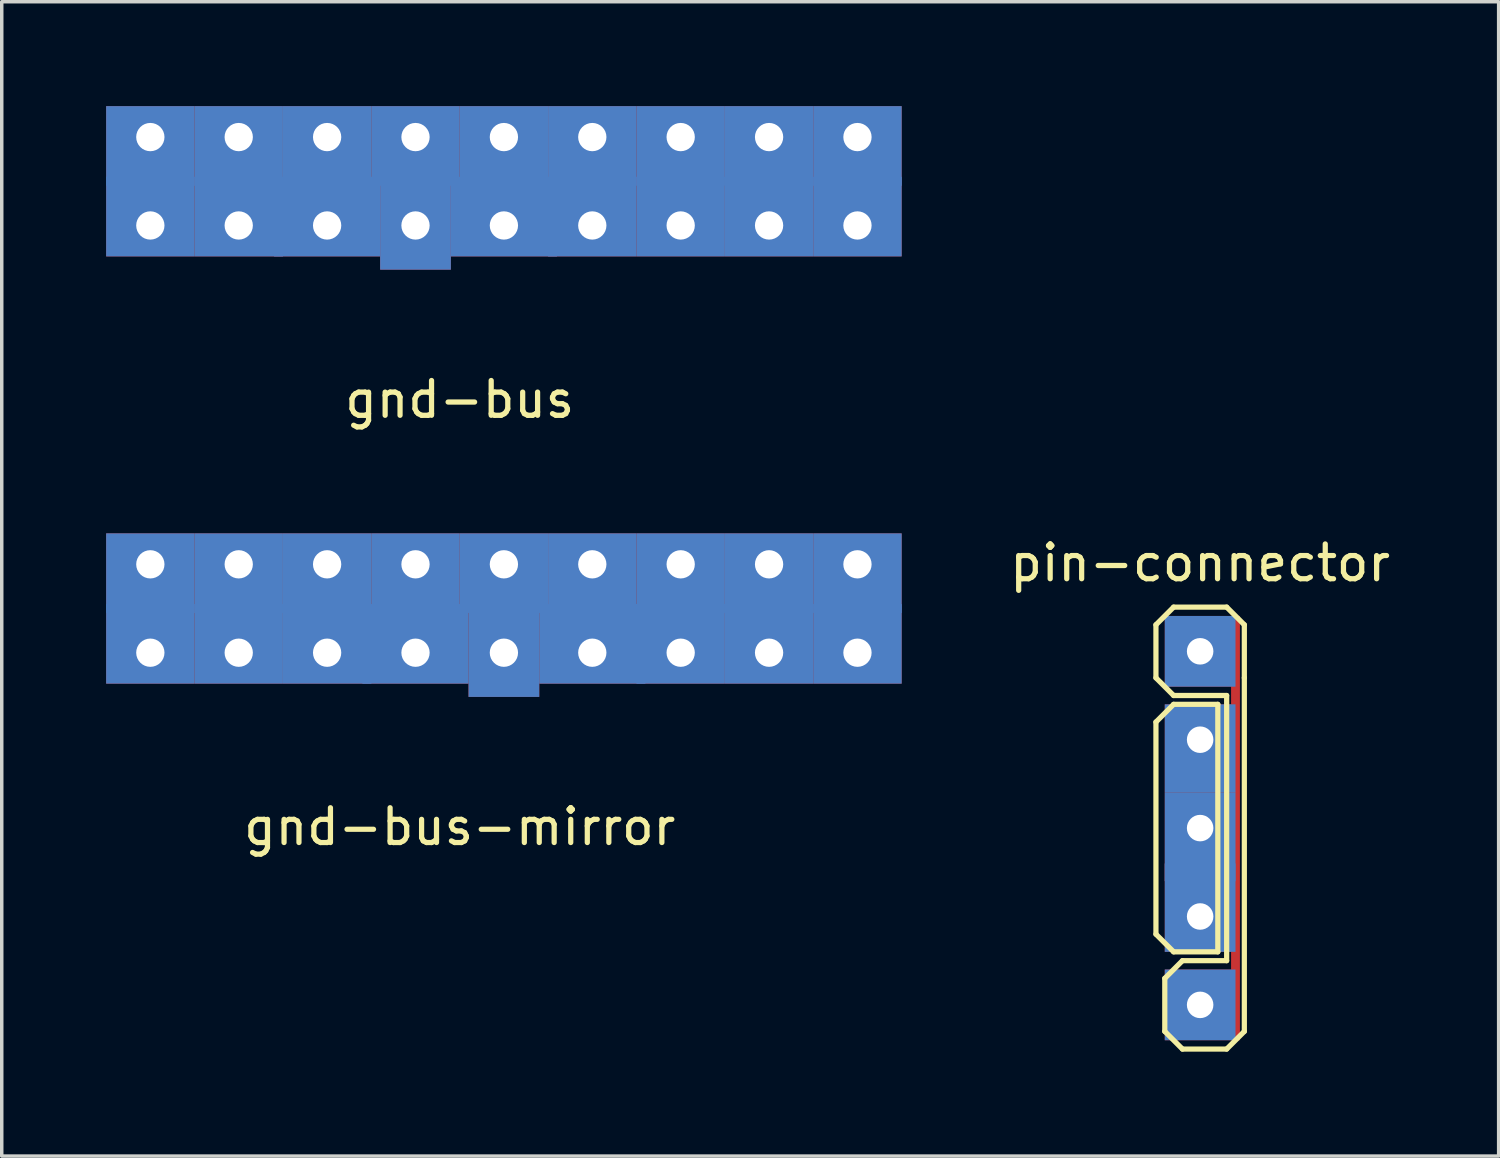
<source format=kicad_pcb>
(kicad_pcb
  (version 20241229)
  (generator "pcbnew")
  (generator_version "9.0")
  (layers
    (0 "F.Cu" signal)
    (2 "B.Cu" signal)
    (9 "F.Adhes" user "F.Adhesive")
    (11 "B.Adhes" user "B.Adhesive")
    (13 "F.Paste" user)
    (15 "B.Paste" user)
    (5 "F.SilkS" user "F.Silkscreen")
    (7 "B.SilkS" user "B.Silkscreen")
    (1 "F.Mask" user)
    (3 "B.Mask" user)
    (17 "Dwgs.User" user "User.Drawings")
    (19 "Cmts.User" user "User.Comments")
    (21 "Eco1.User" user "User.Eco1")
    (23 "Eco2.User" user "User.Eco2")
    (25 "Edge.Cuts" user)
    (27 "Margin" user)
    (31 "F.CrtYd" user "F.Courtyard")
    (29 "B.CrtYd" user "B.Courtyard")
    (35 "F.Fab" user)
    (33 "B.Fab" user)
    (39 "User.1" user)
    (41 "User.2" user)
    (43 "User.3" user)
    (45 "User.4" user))
  (footprint "gnd-bus"
    (layer "F.Cu")
    (at 10.16 3.429)
    (property "Reference" "gnd-bus" (at 0 5 0) (layer "F.SilkS") (effects (font (size 1 1) (thickness 0.15))))
    (attr through_hole)
    (pad "Gnd" thru_hole rect (at -8.89 -2.54) (size 2.54 2.286) (drill 0.813 (offset 0 0.254)) (layers "*.Cu" "*.Mask"))
    (pad "Gnd" thru_hole rect (at -8.89 0) (size 2.54 2.286) (drill 0.813 (offset 0 -0.254)) (layers "*.Cu" "*.Mask"))
    (pad "Gnd" thru_hole rect (at -6.35 -2.54) (size 2.54 2.286) (drill 0.813 (offset 0 0.254)) (layers "*.Cu" "*.Mask"))
    (pad "Gnd" thru_hole rect (at -6.35 0) (size 2.54 2.286) (drill 0.813 (offset 0 -0.254)) (layers "*.Cu" "*.Mask"))
    (pad "Gnd" thru_hole rect (at -3.81 -2.54) (size 2.54 2.286) (drill 0.813 (offset 0 0.254)) (layers "*.Cu" "*.Mask"))
    (pad "Gnd" thru_hole rect (at -3.81 0) (size 3.048 2.286) (drill 0.813 (offset 0 -0.254)) (layers "*.Cu" "*.Mask"))
    (pad "Gnd" thru_hole rect (at -1.27 -2.54) (size 2.54 2.286) (drill 0.813 (offset 0 0.254)) (layers "*.Cu" "*.Mask"))
    (pad "Gnd" thru_hole rect (at -1.27 0) (size 2.032 2.54) (drill 0.813) (layers "*.Cu" "*.Mask"))
    (pad "Gnd" thru_hole rect (at 1.27 -2.54) (size 2.54 2.286) (drill 0.813 (offset 0 0.254)) (layers "*.Cu" "*.Mask"))
    (pad "Gnd" thru_hole rect (at 1.27 0) (size 3.048 2.286) (drill 0.813 (offset 0 -0.254)) (layers "*.Cu" "*.Mask"))
    (pad "Gnd" thru_hole rect (at 3.81 -2.54) (size 2.54 2.286) (drill 0.813 (offset 0 0.254)) (layers "*.Cu" "*.Mask"))
    (pad "Gnd" thru_hole rect (at 3.81 0) (size 2.54 2.286) (drill 0.813 (offset 0 -0.254)) (layers "*.Cu" "*.Mask"))
    (pad "Gnd" thru_hole rect (at 6.35 -2.54) (size 2.54 2.286) (drill 0.813 (offset 0 0.254)) (layers "*.Cu" "*.Mask"))
    (pad "Gnd" thru_hole rect (at 6.35 0) (size 2.54 2.286) (drill 0.813 (offset 0 -0.254)) (layers "*.Cu" "*.Mask"))
    (pad "Gnd" thru_hole rect (at 8.89 -2.54) (size 2.54 2.286) (drill 0.813 (offset 0 0.254)) (layers "*.Cu" "*.Mask"))
    (pad "Gnd" thru_hole rect (at 8.89 0) (size 2.54 2.286) (drill 0.813 (offset 0 -0.254)) (layers "*.Cu" "*.Mask"))
    (pad "Gnd" thru_hole rect (at 11.43 -2.54) (size 2.54 2.286) (drill 0.813 (offset 0 0.254)) (layers "*.Cu" "*.Mask"))
    (pad "Gnd" thru_hole rect (at 11.43 0) (size 2.54 2.286) (drill 0.813 (offset 0 -0.254)) (layers "*.Cu" "*.Mask")))
  (footprint "pin-connector"
    (layer "F.Cu")
    (at 31.437 19.476)
    (property "Reference" "pin-connector" (at 0 -6.35 0) (layer "F.SilkS") (effects (font (size 1 1) (thickness 0.15))))
    (attr through_hole)
    (fp_line (start -1.27 -4.572) (end -0.762 -5.08) (stroke (width 0.15) (type solid)) (layer "F.SilkS"))
    (fp_line (start -1.27 -3.048) (end -1.27 -4.572) (stroke (width 0.15) (type solid)) (layer "F.SilkS"))
    (fp_line (start -1.27 -1.778) (end -1.27 4.318) (stroke (width 0.15) (type solid)) (layer "F.SilkS"))
    (fp_line (start -1.27 4.318) (end -0.762 4.826) (stroke (width 0.15) (type solid)) (layer "F.SilkS"))
    (fp_line (start -1.016 5.588) (end -1.016 7.112) (stroke (width 0.15) (type solid)) (layer "F.SilkS"))
    (fp_line (start -1.016 7.112) (end -0.508 7.62) (stroke (width 0.15) (type solid)) (layer "F.SilkS"))
    (fp_line (start -0.762 -5.08) (end 0.762 -5.08) (stroke (width 0.15) (type solid)) (layer "F.SilkS"))
    (fp_line (start -0.762 -2.54) (end -1.27 -3.048) (stroke (width 0.15) (type solid)) (layer "F.SilkS"))
    (fp_line (start -0.762 -2.286) (end -1.27 -1.778) (stroke (width 0.15) (type solid)) (layer "F.SilkS"))
    (fp_line (start -0.762 4.826) (end 0.508 4.826) (stroke (width 0.15) (type solid)) (layer "F.SilkS"))
    (fp_line (start -0.508 5.08) (end -1.016 5.588) (stroke (width 0.15) (type solid)) (layer "F.SilkS"))
    (fp_line (start -0.508 7.62) (end 0.762 7.62) (stroke (width 0.15) (type solid)) (layer "F.SilkS"))
    (fp_line (start 0.508 -2.286) (end -0.762 -2.286) (stroke (width 0.15) (type solid)) (layer "F.SilkS"))
    (fp_line (start 0.508 -2.286) (end 0.508 4.826) (stroke (width 0.15) (type solid)) (layer "F.SilkS"))
    (fp_line (start 0.762 -5.08) (end 1.27 -4.572) (stroke (width 0.15) (type solid)) (layer "F.SilkS"))
    (fp_line (start 0.762 -2.54) (end -0.762 -2.54) (stroke (width 0.15) (type solid)) (layer "F.SilkS"))
    (fp_line (start 0.762 5.08) (end -0.508 5.08) (stroke (width 0.15) (type solid)) (layer "F.SilkS"))
    (fp_line (start 0.762 5.08) (end 0.762 -2.54) (stroke (width 0.15) (type solid)) (layer "F.SilkS"))
    (fp_line (start 0.762 7.62) (end 1.27 7.112) (stroke (width 0.15) (type solid)) (layer "F.SilkS"))
    (fp_line (start 1.27 -4.572) (end 1.27 -3.048) (stroke (width 0.15) (type solid)) (layer "F.SilkS"))
    (fp_line (start 1.27 -3.048) (end 1.27 7.112) (stroke (width 0.15) (type solid)) (layer "F.SilkS"))
    (pad "1" thru_hole rect (at 0 -1.27) (size 2.032 2.54) (drill 0.762 (offset 0 0.254)) (layers "B.Cu" "B.Mask"))
    (pad "1" thru_hole rect (at 0 1.27) (size 2.032 2.54) (drill 0.762 (offset 0 0.254)) (layers "B.Cu" "B.Mask"))
    (pad "1" thru_hole rect (at 0 3.81) (size 2.032 2.54) (drill 0.762 (offset 0 -0.254)) (layers "B.Cu" "B.Mask"))
    (pad "2" thru_hole rect (at 0 -3.81) (size 2.032 2.032) (drill 0.762) (layers "*.Cu" "*.Mask"))
    (pad "2" thru_hole rect (at 0 6.35) (size 2.032 2.032) (drill 0.762) (layers "*.Cu" "*.Mask"))
    (pad "2" smd rect (at 1.016 1.27) (size 0.254 12.192) (layers "F.Cu")))
  (footprint "gnd-bus-mirror"
    (layer "F.Cu")
    (at 10.16 15.706)
    (property "Reference" "gnd-bus-mirror" (at 0 5 0) (layer "F.SilkS") (effects (font (size 1 1) (thickness 0.15))))
    (attr through_hole)
    (pad "Gnd" thru_hole rect (at -8.89 -2.54) (size 2.54 2.286) (drill 0.813 (offset 0 0.254)) (layers "*.Cu" "*.Mask"))
    (pad "Gnd" thru_hole rect (at -8.89 0) (size 2.54 2.286) (drill 0.813 (offset 0 -0.254)) (layers "*.Cu" "*.Mask"))
    (pad "Gnd" thru_hole rect (at -6.35 -2.54) (size 2.54 2.286) (drill 0.813 (offset 0 0.254)) (layers "*.Cu" "*.Mask"))
    (pad "Gnd" thru_hole rect (at -6.35 0) (size 2.54 2.286) (drill 0.813 (offset 0 -0.254)) (layers "*.Cu" "*.Mask"))
    (pad "Gnd" thru_hole rect (at -3.81 -2.54) (size 2.54 2.286) (drill 0.813 (offset 0 0.254)) (layers "*.Cu" "*.Mask"))
    (pad "Gnd" thru_hole rect (at -3.81 0) (size 2.54 2.286) (drill 0.813 (offset 0 -0.254)) (layers "*.Cu" "*.Mask"))
    (pad "Gnd" thru_hole rect (at -1.27 -2.54) (size 2.54 2.286) (drill 0.813 (offset 0 0.254)) (layers "*.Cu" "*.Mask"))
    (pad "Gnd" thru_hole rect (at -1.27 0) (size 3.048 2.286) (drill 0.813 (offset 0 -0.254)) (layers "*.Cu" "*.Mask"))
    (pad "Gnd" thru_hole rect (at 1.27 -2.54) (size 2.54 2.286) (drill 0.813 (offset 0 0.254)) (layers "*.Cu" "*.Mask"))
    (pad "Gnd" thru_hole rect (at 1.27 0) (size 2.032 2.54) (drill 0.813) (layers "*.Cu" "*.Mask"))
    (pad "Gnd" thru_hole rect (at 3.81 -2.54) (size 2.54 2.286) (drill 0.813 (offset 0 0.254)) (layers "*.Cu" "*.Mask"))
    (pad "Gnd" thru_hole rect (at 3.81 0) (size 3.048 2.286) (drill 0.813 (offset 0 -0.254)) (layers "*.Cu" "*.Mask"))
    (pad "Gnd" thru_hole rect (at 6.35 -2.54) (size 2.54 2.286) (drill 0.813 (offset 0 0.254)) (layers "*.Cu" "*.Mask"))
    (pad "Gnd" thru_hole rect (at 6.35 0) (size 2.54 2.286) (drill 0.813 (offset 0 -0.254)) (layers "*.Cu" "*.Mask"))
    (pad "Gnd" thru_hole rect (at 8.89 -2.54) (size 2.54 2.286) (drill 0.813 (offset 0 0.254)) (layers "*.Cu" "*.Mask"))
    (pad "Gnd" thru_hole rect (at 8.89 0) (size 2.54 2.286) (drill 0.813 (offset 0 -0.254)) (layers "*.Cu" "*.Mask"))
    (pad "Gnd" thru_hole rect (at 11.43 -2.54) (size 2.54 2.286) (drill 0.813 (offset 0 0.254)) (layers "*.Cu" "*.Mask"))
    (pad "Gnd" thru_hole rect (at 11.43 0) (size 2.54 2.286) (drill 0.813 (offset 0 -0.254)) (layers "*.Cu" "*.Mask")))
  (gr_rect
    (start -3 -3)
    (end 40.015 30.171)
    (stroke (width 0.1) (type default))
    (fill no)
    (layer "Edge.Cuts")))
</source>
